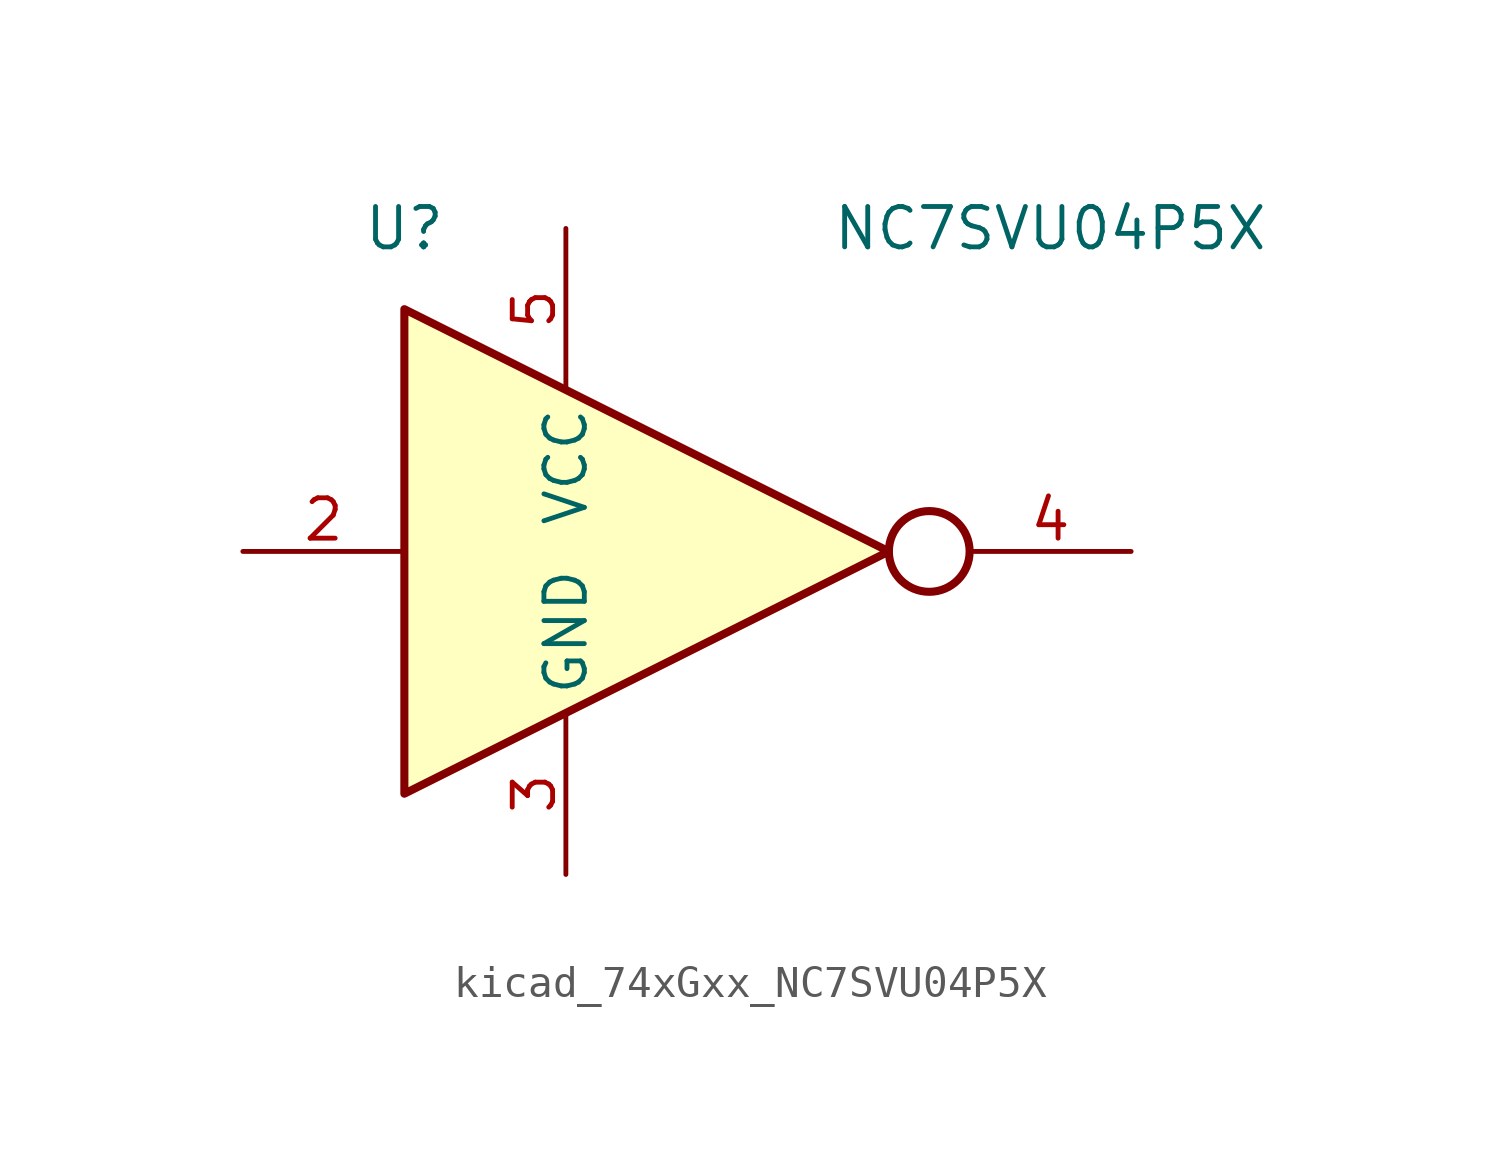
<source format=kicad_sym>
(kicad_symbol_lib
  (version 20220914)
  (generator kicad_symbol_editor)
  (symbol "kicad_74xGxx_NC7SVU04P5X"
    (property "Reference" "U"
      (at -5.08 10.16 0)
      (effects (font (size 1.27 1.27))))
    (property "Value" "NC7SVU04P5X"
      (at 15.24 10.16 0)
      (effects (font (size 1.27 1.27))))
    (symbol "kicad_74xGxx_NC7SVU04P5X_0_1"
      (polyline (pts (xy -5.08 7.62) (xy -5.08 -7.62) (xy 10.16 0) (xy -5.08 7.62)) (stroke (width 0.254) (type default)) (fill (type background)))
      (circle (center 11.43 0) (radius 1.27) (stroke (width 0.254) (type default)) (fill (type none))))
    (symbol "kicad_74xGxx_NC7SVU04P5X_1_1"
      (pin no_connect line (at 10.16 0 180) (length 5.08) hide (name "NC" (effects (font (size 1.27 1.27)))) (number "1" (effects (font (size 1.27 1.27)))))
      (pin input line (at -10.16 0 0) (length 5.08) (name "~" (effects (font (size 1.27 1.27)))) (number "2" (effects (font (size 1.27 1.27)))))
      (pin power_in line (at 0 -10.16 90) (length 5.08) (name "GND" (effects (font (size 1.27 1.27)))) (number "3" (effects (font (size 1.27 1.27)))))
      (pin output line (at 17.78 0 180) (length 5.08) (name "~" (effects (font (size 1.27 1.27)))) (number "4" (effects (font (size 1.27 1.27)))))
      (pin power_in line (at 0 10.16 270) (length 5.08) (name "VCC" (effects (font (size 1.27 1.27)))) (number "5" (effects (font (size 1.27 1.27))))))))
</source>
